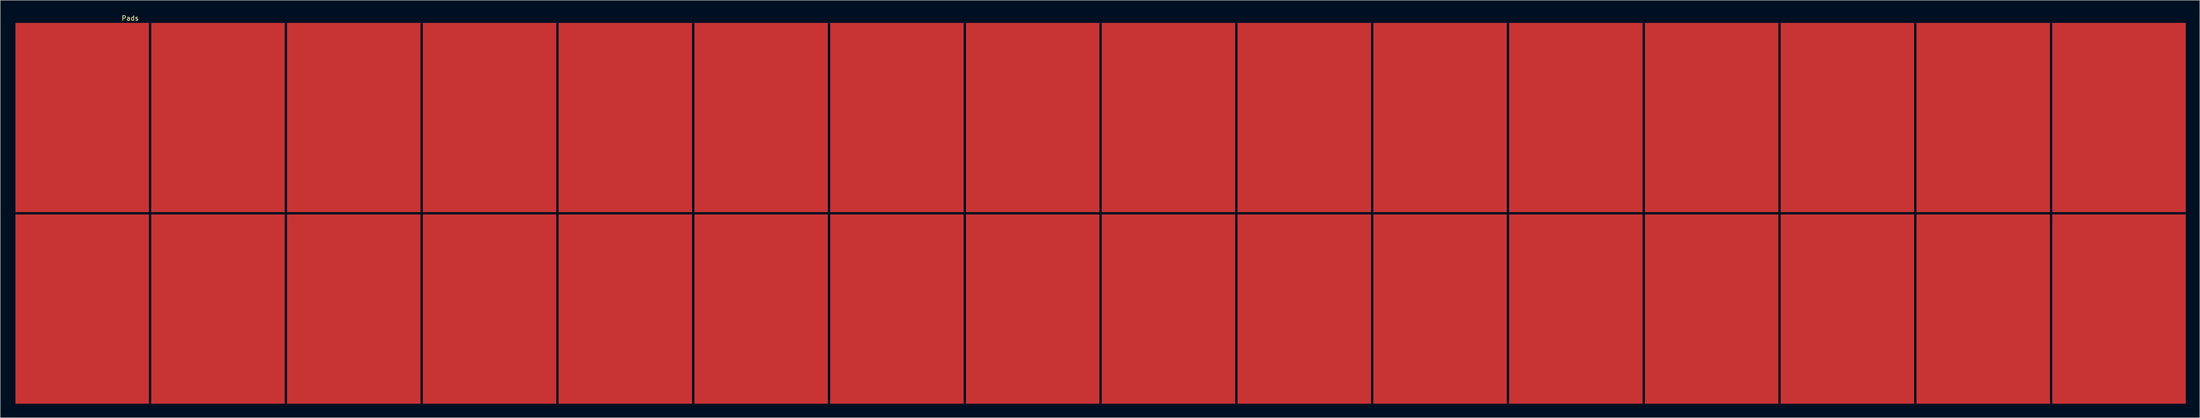
<source format=kicad_pcb>
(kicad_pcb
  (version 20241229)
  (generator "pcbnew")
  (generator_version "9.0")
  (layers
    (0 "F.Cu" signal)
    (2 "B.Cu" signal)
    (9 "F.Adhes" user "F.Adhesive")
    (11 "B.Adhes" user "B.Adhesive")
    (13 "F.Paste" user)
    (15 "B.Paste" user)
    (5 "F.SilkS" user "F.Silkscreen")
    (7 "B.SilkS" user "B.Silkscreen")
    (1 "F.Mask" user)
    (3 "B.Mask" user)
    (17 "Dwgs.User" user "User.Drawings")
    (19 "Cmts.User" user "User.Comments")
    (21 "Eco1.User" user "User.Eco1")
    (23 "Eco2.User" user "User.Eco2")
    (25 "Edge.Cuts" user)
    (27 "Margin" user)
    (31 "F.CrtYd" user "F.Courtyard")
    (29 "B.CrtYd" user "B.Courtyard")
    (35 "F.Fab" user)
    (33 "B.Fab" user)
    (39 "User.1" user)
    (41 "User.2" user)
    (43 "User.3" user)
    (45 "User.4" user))
  (footprint "Pads"
    (layer "F.Cu")
    (at 0.25 1.848)
    (property "Reference" "Pads" (at 24.5 -1 0) (layer "F.SilkS") (effects (font (size 1 1) (thickness 0.15))))
    (attr through_hole)
    (pad "1" connect rect (at 14.25 20.25) (size 28.5 40.5) (layers "F.Cu"))
    (pad "2" connect rect (at 14.25 61.25) (size 28.5 40.5) (layers "F.Cu"))
    (pad "3" connect rect (at 43.25 20.25) (size 28.5 40.5) (layers "F.Cu"))
    (pad "4" connect rect (at 43.25 61.25) (size 28.5 40.5) (layers "F.Cu"))
    (pad "5" connect rect (at 72.25 20.25) (size 28.5 40.5) (layers "F.Cu"))
    (pad "6" connect rect (at 72.25 61.25) (size 28.5 40.5) (layers "F.Cu"))
    (pad "7" connect rect (at 101.25 20.25) (size 28.5 40.5) (layers "F.Cu"))
    (pad "8" connect rect (at 101.25 61.25) (size 28.5 40.5) (layers "F.Cu"))
    (pad "9" connect rect (at 130.25 20.25) (size 28.5 40.5) (layers "F.Cu"))
    (pad "10" connect rect (at 130.25 61.25) (size 28.5 40.5) (layers "F.Cu"))
    (pad "11" connect rect (at 159.25 20.25) (size 28.5 40.5) (layers "F.Cu"))
    (pad "12" connect rect (at 159.25 61.25) (size 28.5 40.5) (layers "F.Cu"))
    (pad "13" connect rect (at 188.25 20.25) (size 28.5 40.5) (layers "F.Cu"))
    (pad "14" connect rect (at 188.25 61.25) (size 28.5 40.5) (layers "F.Cu"))
    (pad "15" connect rect (at 217.25 20.25) (size 28.5 40.5) (layers "F.Cu"))
    (pad "16" connect rect (at 217.25 61.25) (size 28.5 40.5) (layers "F.Cu"))
    (pad "17" connect rect (at 246.25 20.25) (size 28.5 40.5) (layers "F.Cu"))
    (pad "18" connect rect (at 246.25 61.25) (size 28.5 40.5) (layers "F.Cu"))
    (pad "19" connect rect (at 275.25 20.25) (size 28.5 40.5) (layers "F.Cu"))
    (pad "20" connect rect (at 275.25 61.25) (size 28.5 40.5) (layers "F.Cu"))
    (pad "21" connect rect (at 304.25 20.25) (size 28.5 40.5) (layers "F.Cu"))
    (pad "22" connect rect (at 304.25 61.25) (size 28.5 40.5) (layers "F.Cu"))
    (pad "23" connect rect (at 333.25 20.25) (size 28.5 40.5) (layers "F.Cu"))
    (pad "24" connect rect (at 333.25 61.25) (size 28.5 40.5) (layers "F.Cu"))
    (pad "25" connect rect (at 362.25 20.25) (size 28.5 40.5) (layers "F.Cu"))
    (pad "26" connect rect (at 362.25 61.25) (size 28.5 40.5) (layers "F.Cu"))
    (pad "27" connect rect (at 391.25 20.25) (size 28.5 40.5) (layers "F.Cu"))
    (pad "28" connect rect (at 391.25 61.25) (size 28.5 40.5) (layers "F.Cu"))
    (pad "29" connect rect (at 420.25 20.25) (size 28.5 40.5) (layers "F.Cu"))
    (pad "30" connect rect (at 420.25 61.25) (size 28.5 40.5) (layers "F.Cu"))
    (pad "31" connect rect (at 449.25 20.25) (size 28.5 40.5) (layers "F.Cu"))
    (pad "32" connect rect (at 449.25 61.25) (size 28.5 40.5) (layers "F.Cu")))
  (gr_rect
    (start -3 -3)
    (end 466.75 86.348)
    (stroke (width 0.1) (type default))
    (fill no)
    (layer "Edge.Cuts")))
</source>
